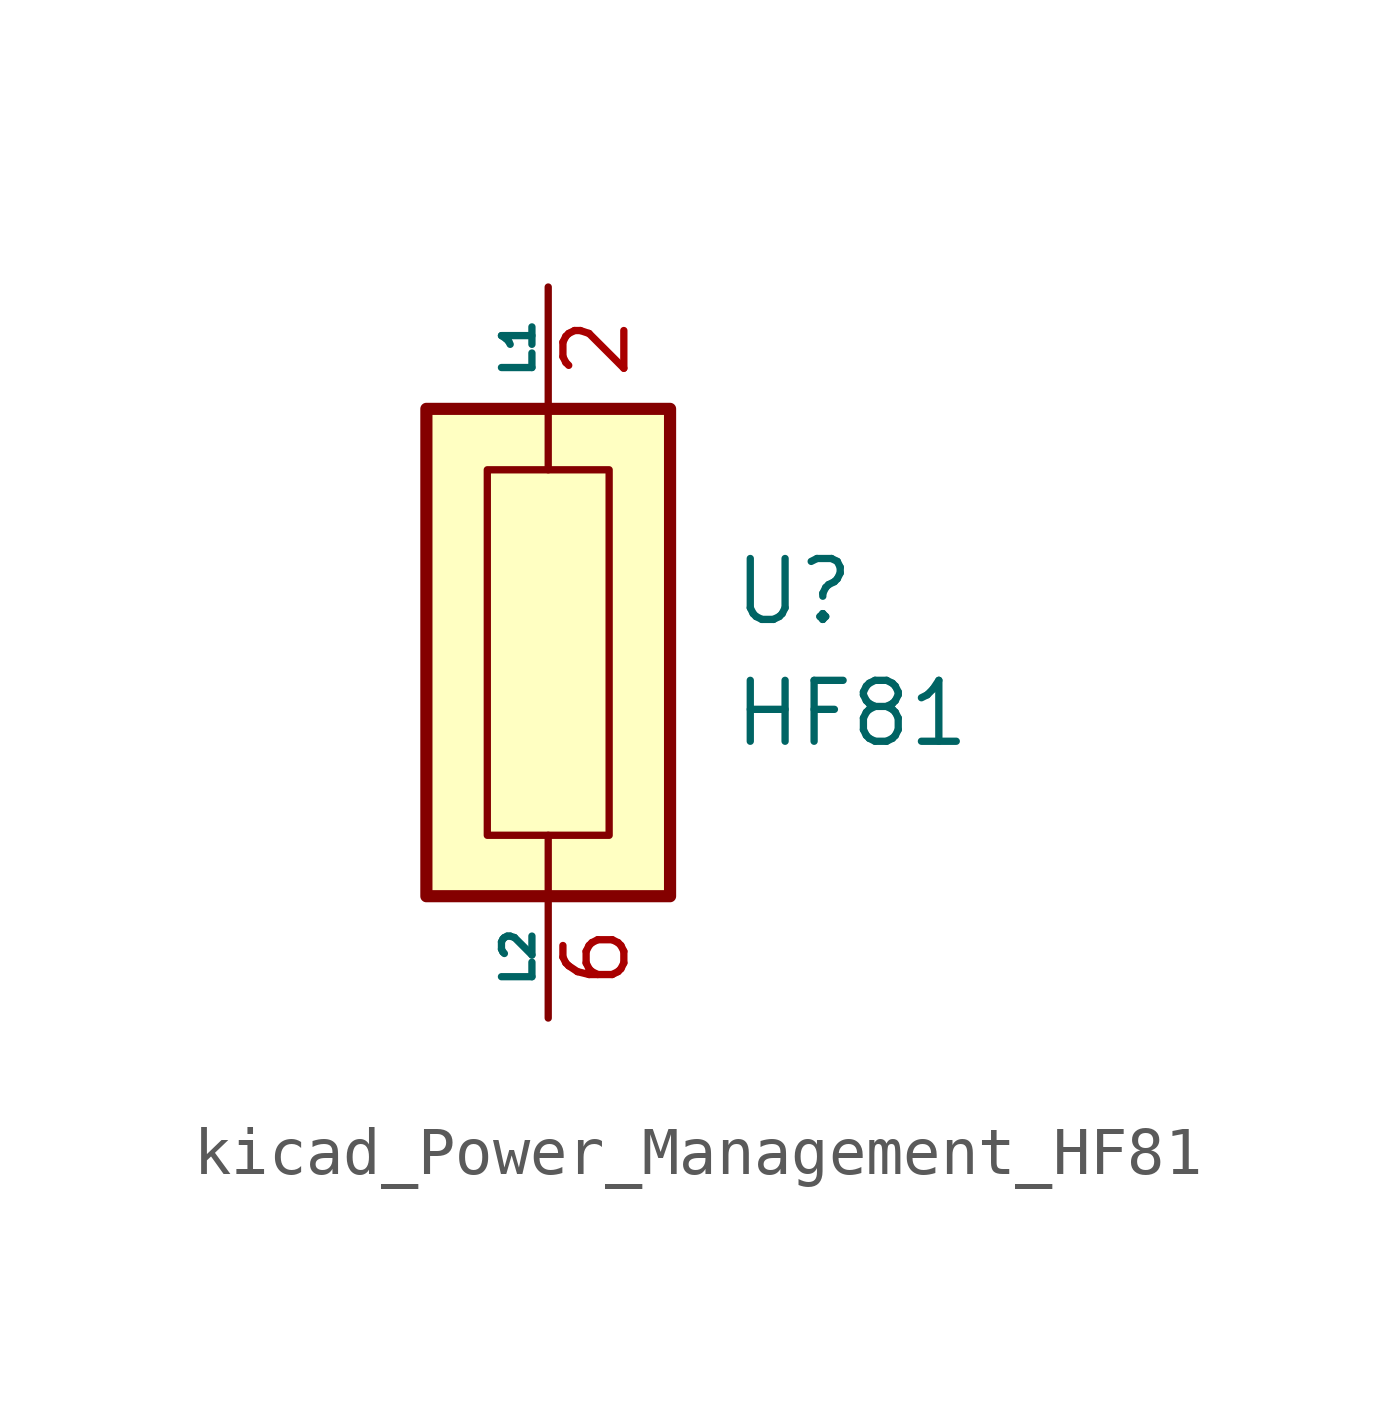
<source format=kicad_sym>
(kicad_symbol_lib
  (version 20220914)
  (generator kicad_symbol_editor)
  (symbol "kicad_Power_Management_HF81"
    (pin_names
      (offset 0))
    (property "Reference" "U"
      (at 3.81 1.27 0)
      (effects (font (size 1.27 1.27)) (justify left)))
    (property "Value" "HF81"
      (at 3.81 -1.27 0)
      (effects (font (size 1.27 1.27)) (justify left)))
    (symbol "kicad_Power_Management_HF81_0_1"
      (rectangle (start -2.54 5.08) (end 2.54 -5.08) (stroke (width 0.254) (type default)) (fill (type background)))
      (rectangle (start -1.27 3.81) (end 1.27 -3.81) (stroke (width 0) (type default)) (fill (type none)))
      (polyline (pts (xy 0 -3.81) (xy 0 -5.08)) (stroke (width 0) (type default)) (fill (type none)))
      (polyline (pts (xy 0 5.08) (xy 0 3.81)) (stroke (width 0) (type default)) (fill (type none))))
    (symbol "kicad_Power_Management_HF81_1_1"
      (pin no_connect line (at -2.54 5.08 0) (length 2.54) hide (name "NC" (effects (font (size 1.27 1.27)))) (number "1" (effects (font (size 1.27 1.27)))))
      (pin passive line (at 0 7.62 270) (length 2.54) (name "L1" (effects (font (size 0.635 0.635)))) (number "2" (effects (font (size 1.27 1.27)))))
      (pin passive line (at 0 7.62 270) (length 2.54) hide (name "L1" (effects (font (size 0.635 0.635)))) (number "3" (effects (font (size 1.27 1.27)))))
      (pin no_connect line (at -2.54 2.54 0) (length 2.54) hide (name "NC" (effects (font (size 1.27 1.27)))) (number "4" (effects (font (size 1.27 1.27)))))
      (pin no_connect line (at -2.54 -2.54 0) (length 2.54) hide (name "NC" (effects (font (size 1.27 1.27)))) (number "5" (effects (font (size 1.27 1.27)))))
      (pin passive line (at 0 -7.62 90) (length 2.54) (name "L2" (effects (font (size 0.635 0.635)))) (number "6" (effects (font (size 1.27 1.27)))))
      (pin passive line (at 0 -7.62 90) (length 2.54) hide (name "L2" (effects (font (size 0.635 0.635)))) (number "7" (effects (font (size 1.27 1.27)))))
      (pin no_connect line (at -2.54 -5.08 0) (length 2.54) hide (name "NC" (effects (font (size 1.27 1.27)))) (number "8" (effects (font (size 1.27 1.27))))))))
</source>
